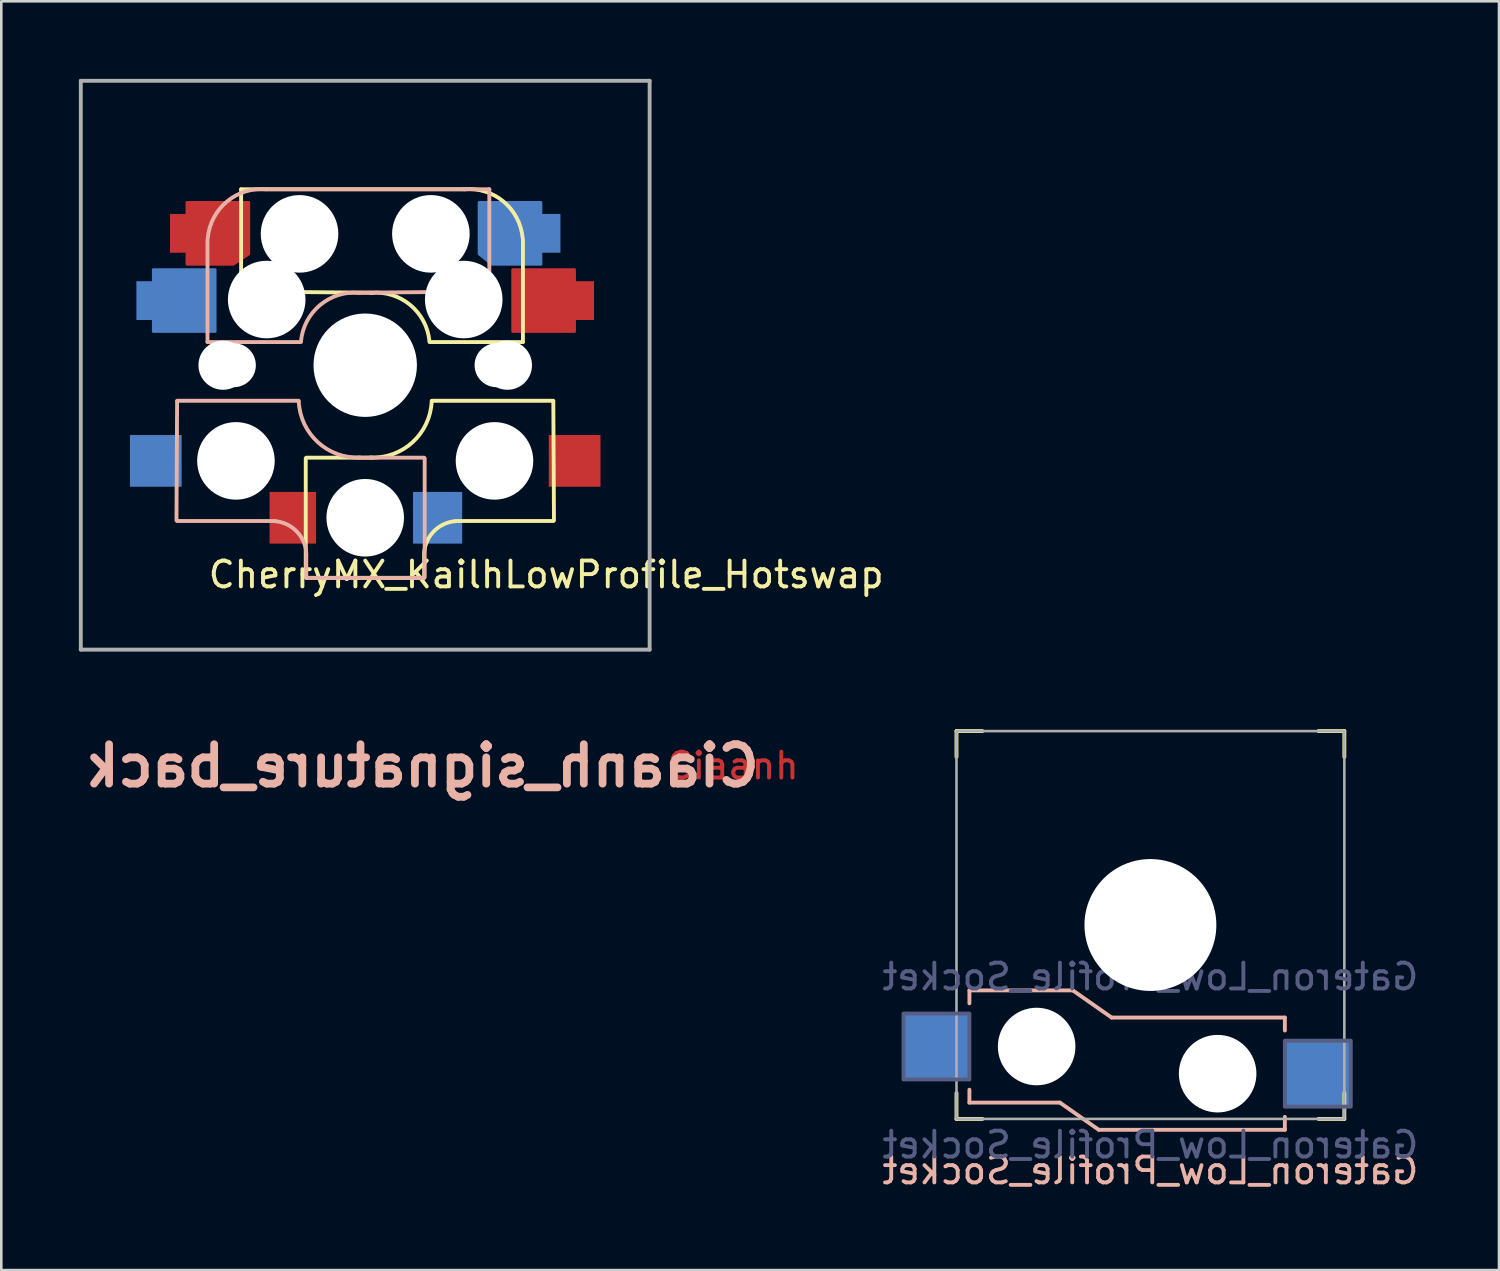
<source format=kicad_pcb>
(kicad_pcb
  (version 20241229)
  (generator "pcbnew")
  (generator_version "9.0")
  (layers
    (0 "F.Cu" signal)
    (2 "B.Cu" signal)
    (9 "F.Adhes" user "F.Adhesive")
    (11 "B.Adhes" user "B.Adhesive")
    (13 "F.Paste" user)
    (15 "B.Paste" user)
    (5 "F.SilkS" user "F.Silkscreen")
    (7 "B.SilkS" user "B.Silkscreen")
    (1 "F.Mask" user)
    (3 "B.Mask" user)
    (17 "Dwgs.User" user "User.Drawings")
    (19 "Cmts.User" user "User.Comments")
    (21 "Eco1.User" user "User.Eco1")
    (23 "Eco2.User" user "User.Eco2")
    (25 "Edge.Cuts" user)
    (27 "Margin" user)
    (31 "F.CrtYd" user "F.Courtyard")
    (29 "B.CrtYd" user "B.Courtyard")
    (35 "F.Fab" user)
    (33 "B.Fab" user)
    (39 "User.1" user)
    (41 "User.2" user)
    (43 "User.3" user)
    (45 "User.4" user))
  (footprint "Gateron_Low_Profile_Socket"
    (layer "F.Cu")
    (at 41.443 32.725)
    (property "Reference" "Gateron_Low_Profile_Socket" (at 0 9.5 0) (layer "B.SilkS") (effects (font (size 1 1) (thickness 0.15)) (justify mirror)))
    (property "Value" "Gateron_Low_Profile_Socket" (at 0 8.5 0) (layer "F.Fab") (hide yes) (effects (font (size 1 1) (thickness 0.15))))
    (attr smd)
    (fp_line (start -7.5 -6.5) (end -7.5 -7.5) (stroke (width 0.15) (type solid)) (layer "F.SilkS"))
    (fp_line (start -7.5 7.5) (end -7.5 6.5) (stroke (width 0.15) (type solid)) (layer "F.SilkS"))
    (fp_line (start -7.5 7.5) (end -6.5 7.5) (stroke (width 0.15) (type solid)) (layer "F.SilkS"))
    (fp_line (start -6.5 -7.5) (end -7.5 -7.5) (stroke (width 0.15) (type solid)) (layer "F.SilkS"))
    (fp_line (start 6.5 7.5) (end 7.5 7.5) (stroke (width 0.15) (type solid)) (layer "F.SilkS"))
    (fp_line (start 7.5 -7.5) (end 6.5 -7.5) (stroke (width 0.15) (type solid)) (layer "F.SilkS"))
    (fp_line (start 7.5 -7.5) (end 7.5 -6.5) (stroke (width 0.15) (type solid)) (layer "F.SilkS"))
    (fp_line (start 7.5 6.5) (end 7.5 7.5) (stroke (width 0.15) (type solid)) (layer "F.SilkS"))
    (fp_line (start -7 2.53) (end -7 3.03) (stroke (width 0.15) (type solid)) (layer "B.SilkS"))
    (fp_line (start -7 2.53) (end -3 2.53) (stroke (width 0.15) (type solid)) (layer "B.SilkS"))
    (fp_line (start -7 6.37) (end -7 6.87) (stroke (width 0.15) (type solid)) (layer "B.SilkS"))
    (fp_line (start -7 6.87) (end -3.5 6.87) (stroke (width 0.15) (type solid)) (layer "B.SilkS"))
    (fp_line (start -2 7.92) (end -3.5 6.87) (stroke (width 0.15) (type solid)) (layer "B.SilkS"))
    (fp_line (start -2 7.92) (end 5.2 7.92) (stroke (width 0.15) (type solid)) (layer "B.SilkS"))
    (fp_line (start -1.5 3.58) (end -3 2.53) (stroke (width 0.15) (type solid)) (layer "B.SilkS"))
    (fp_line (start -1.5 3.58) (end 5.2 3.58) (stroke (width 0.15) (type solid)) (layer "B.SilkS"))
    (fp_line (start 5.2 3.58) (end 5.2 4.08) (stroke (width 0.15) (type solid)) (layer "B.SilkS"))
    (fp_line (start 5.2 7.92) (end 5.2 7.42) (stroke (width 0.15) (type solid)) (layer "B.SilkS"))
    (fp_rect (start -7 -7) (end 7 7) (stroke (width 0.12) (type solid)) (fill no) (layer "Eco2.User"))
    (fp_rect (start -7 3.425) (end -9.55 5.975) (stroke (width 0.15) (type solid)) (fill no) (layer "B.Fab"))
    (fp_rect (start 7.75 4.475) (end 5.2 7.025) (stroke (width 0.15) (type solid)) (fill no) (layer "B.Fab"))
    (fp_rect (start -7.5 -7.5) (end 7.5 7.5) (stroke (width 0.1) (type solid)) (fill no) (layer "F.Fab"))
    (fp_text user "${VALUE}" (at 0 8.5 0) (layer "B.Fab") (effects (font (size 1 1) (thickness 0.15)) (justify mirror)))
    (fp_text user "${REFERENCE}" (at 0 2 0) (layer "B.Fab") (effects (font (size 1 1) (thickness 0.15)) (justify mirror)))
    (pad "" np_thru_hole circle (at -4.4 4.7) (size 3 3) (drill 3) (layers "*.Cu" "*.Mask"))
    (pad "" np_thru_hole circle (at 0 0) (size 5.1 5.1) (drill 5.1) (layers "*.Cu" "*.Mask"))
    (pad "" np_thru_hole circle (at 2.6 5.75) (size 3 3) (drill 3) (layers "*.Cu" "*.Mask"))
    (pad "1" smd rect (at -8.275 4.7) (size 2.55 2.55) (layers "B.Cu" "B.Mask" "B.Paste"))
    (pad "2" smd rect (at 6.475 5.75) (size 2.55 2.55) (layers "B.Cu" "B.Mask" "B.Paste")))
  (footprint "Ciaanh_signature_back"
    (layer "F.Cu")
    (at 25.288 26.568)
    (property "Reference" "Ciaanh_signature_back" (at -12 0 0) (layer "B.SilkS") (effects (font (size 1.524 1.524) (thickness 0.3)) (justify mirror)))
    (attr exclude_from_pos_files exclude_from_bom)
    (fp_text user "Ciaanh" (at 0 0 0) (unlocked yes) (layer "F.Cu") (effects (font (size 1 1) (thickness 0.15))))
    (fp_text user "Ciaanh" (at 0 0 0) (unlocked yes) (layer "F.Mask") (effects (font (size 1 1) (thickness 0.15)))))
  (footprint "CherryMX_KailhLowProfile_Hotswap"
    (layer "F.Cu")
    (at 11.075 11.075)
    (property "Reference" "CherryMX_KailhLowProfile_Hotswap" (at 7 8.1 0) (layer "F.SilkS") (effects (font (size 1 1) (thickness 0.15))))
    (attr through_hole)
    (fp_line (start -4.8 -6.804) (end 3.825 -6.804) (stroke (width 0.15) (type solid)) (layer "F.SilkS"))
    (fp_line (start -4.8 -2.896) (end -4.8 -6.804) (stroke (width 0.15) (type solid)) (layer "F.SilkS"))
    (fp_line (start -4.8 -2.85) (end 0.25 -2.804) (stroke (width 0.15) (type solid)) (layer "F.SilkS"))
    (fp_line (start -2.3 3.6) (end -2.3 8.2) (stroke (width 0.15) (type solid)) (layer "F.SilkS"))
    (fp_line (start -2.275 3.575) (end 0.275 3.575) (stroke (width 0.15) (type solid)) (layer "F.SilkS"))
    (fp_line (start -2.275 8.225) (end 2.275 8.225) (stroke (width 0.15) (type solid)) (layer "F.SilkS"))
    (fp_line (start 2.28 7.5) (end 2.28 8.2) (stroke (width 0.15) (type solid)) (layer "F.SilkS"))
    (fp_line (start 2.575 1.375) (end 7.275 1.375) (stroke (width 0.15) (type solid)) (layer "F.SilkS"))
    (fp_line (start 3.5 6.025) (end 7.275 6.025) (stroke (width 0.15) (type solid)) (layer "F.SilkS"))
    (fp_line (start 6.1 -4.85) (end 6.1 -0.905) (stroke (width 0.15) (type solid)) (layer "F.SilkS"))
    (fp_line (start 6.1 -0.896) (end 2.49 -0.896) (stroke (width 0.15) (type solid)) (layer "F.SilkS"))
    (fp_line (start 7.275 1.4) (end 7.3 6) (stroke (width 0.15) (type solid)) (layer "F.SilkS"))
    (fp_arc (start 0.225 -2.8) (mid 1.744361 -2.328062) (end 2.485001 -0.920001) (stroke (width 0.15) (type solid)) (layer "F.SilkS"))
    (fp_arc (start 2.279999 7.449999) (mid 2.595908 6.487329) (end 3.5 6.03) (stroke (width 0.15) (type solid)) (layer "F.SilkS"))
    (fp_arc (start 2.57 1.4) (mid 1.834422 2.975843) (end 0.2 3.57) (stroke (width 0.15) (type solid)) (layer "F.SilkS"))
    (fp_arc (start 3.825 -6.804) (mid 5.347189 -6.33089) (end 6.089 -4.92) (stroke (width 0.15) (type solid)) (layer "F.SilkS"))
    (fp_line (start -7.275 1.4) (end -7.3 6) (stroke (width 0.15) (type solid)) (layer "B.SilkS"))
    (fp_line (start -6.1 -4.85) (end -6.1 -0.905) (stroke (width 0.15) (type solid)) (layer "B.SilkS"))
    (fp_line (start -6.1 -0.896) (end -2.49 -0.896) (stroke (width 0.15) (type solid)) (layer "B.SilkS"))
    (fp_line (start -3.5 6.025) (end -7.275 6.025) (stroke (width 0.15) (type solid)) (layer "B.SilkS"))
    (fp_line (start -2.575 1.375) (end -7.275 1.375) (stroke (width 0.15) (type solid)) (layer "B.SilkS"))
    (fp_line (start -2.28 7.5) (end -2.28 8.2) (stroke (width 0.15) (type solid)) (layer "B.SilkS"))
    (fp_line (start 2.275 3.575) (end -0.275 3.575) (stroke (width 0.15) (type solid)) (layer "B.SilkS"))
    (fp_line (start 2.275 8.225) (end -2.275 8.225) (stroke (width 0.15) (type solid)) (layer "B.SilkS"))
    (fp_line (start 2.3 3.6) (end 2.3 8.2) (stroke (width 0.15) (type solid)) (layer "B.SilkS"))
    (fp_line (start 4.8 -6.804) (end -3.825 -6.804) (stroke (width 0.15) (type solid)) (layer "B.SilkS"))
    (fp_line (start 4.8 -2.896) (end 4.8 -6.804) (stroke (width 0.15) (type solid)) (layer "B.SilkS"))
    (fp_line (start 4.8 -2.85) (end -0.25 -2.804) (stroke (width 0.15) (type solid)) (layer "B.SilkS"))
    (fp_arc (start -6.089 -4.92) (mid -5.347189 -6.33089) (end -3.825 -6.804) (stroke (width 0.15) (type solid)) (layer "B.SilkS"))
    (fp_arc (start -3.5 6.03) (mid -2.595908 6.48733) (end -2.28 7.45) (stroke (width 0.15) (type solid)) (layer "B.SilkS"))
    (fp_arc (start -2.484999 -0.920001) (mid -1.74436 -2.328062) (end -0.225 -2.8) (stroke (width 0.15) (type solid)) (layer "B.SilkS"))
    (fp_arc (start -0.2 3.57) (mid -1.834422 2.975843) (end -2.57 1.4) (stroke (width 0.15) (type solid)) (layer "B.SilkS"))
    (fp_line (start -9 -9) (end 9 -9) (stroke (width 0.15) (type solid)) (layer "Eco1.User"))
    (fp_line (start -9 9) (end -9 -9) (stroke (width 0.15) (type solid)) (layer "Eco1.User"))
    (fp_line (start 9 -9) (end 9 9) (stroke (width 0.15) (type solid)) (layer "Eco1.User"))
    (fp_line (start 9 9) (end -9 9) (stroke (width 0.15) (type solid)) (layer "Eco1.User"))
    (fp_line (start -7 -7) (end 7 -7) (stroke (width 0.15) (type solid)) (layer "Eco2.User"))
    (fp_line (start -7 7) (end -7 -7) (stroke (width 0.15) (type solid)) (layer "Eco2.User"))
    (fp_line (start 7 -7) (end 7 7) (stroke (width 0.15) (type solid)) (layer "Eco2.User"))
    (fp_line (start 7 7) (end -7 7) (stroke (width 0.15) (type solid)) (layer "Eco2.User"))
    (fp_line (start -11 -11) (end -11 11) (stroke (width 0.15) (type solid)) (layer "F.Fab"))
    (fp_line (start -11 11) (end 11 11) (stroke (width 0.15) (type solid)) (layer "F.Fab"))
    (fp_line (start 11 -11) (end -11 -11) (stroke (width 0.15) (type solid)) (layer "F.Fab"))
    (fp_line (start 11 11) (end 11 -11) (stroke (width 0.15) (type solid)) (layer "F.Fab"))
    (pad "" np_thru_hole circle (at -5.5 0 90) (size 1.9 1.9) (drill 1.9) (layers "*.Cu" "*.Mask"))
    (pad "" np_thru_hole circle (at -5.08 0) (size 1.7 1.7) (drill 1.7) (layers "*.Cu" "*.Mask"))
    (pad "" np_thru_hole circle (at -5 3.7 90) (size 3 3) (drill 3) (layers "*.Cu" "*.Mask"))
    (pad "" np_thru_hole circle (at -3.81 -2.54 180) (size 3 3) (drill 3) (layers "*.Cu" "*.Mask"))
    (pad "" np_thru_hole circle (at -2.54 -5.08 180) (size 3 3) (drill 3) (layers "*.Cu" "*.Mask"))
    (pad "" np_thru_hole circle (at 0 0 90) (size 4 4) (drill 4) (layers "*.Cu" "*.Mask"))
    (pad "" np_thru_hole circle (at 0 5.9 90) (size 3 3) (drill 3) (layers "*.Cu" "*.Mask"))
    (pad "" np_thru_hole circle (at 2.54 -5.08 180) (size 3 3) (drill 3) (layers "*.Cu" "*.Mask"))
    (pad "" np_thru_hole circle (at 3.81 -2.54 180) (size 3 3) (drill 3) (layers "*.Cu" "*.Mask"))
    (pad "" np_thru_hole circle (at 5 3.7 270) (size 3 3) (drill 3) (layers "*.Cu" "*.Mask"))
    (pad "" np_thru_hole circle (at 5.08 0) (size 1.7 1.7) (drill 1.7) (layers "*.Cu" "*.Mask"))
    (pad "" np_thru_hole circle (at 5.5 0 90) (size 1.9 1.9) (drill 1.9) (layers "*.Cu" "*.Mask"))
    (pad "1" smd custom (at -8.5 -2.5) (size 0.7 1.5) (layers "B.Cu" "B.Mask" "B.Paste") (options (anchor rect)) (primitives (gr_poly (pts (xy 0.3 -1.2) (xy 2.7 -1.2) (xy 2.7 1.2) (xy 0.3 1.2)) (width 0.1) (fill yes))))
    (pad "1" smd rect (at -8.1 3.7 180) (size 2 2) (layers "B.Cu" "B.Mask" "B.Paste"))
    (pad "1" smd custom (at -7.2 -5.1) (size 0.7 1.5) (layers "F.Cu" "F.Mask" "F.Paste") (options (anchor rect)) (primitives (gr_poly (pts (xy 0.3 -1.2) (xy 0.3 1.2) (xy 2.1 1.2) (xy 2.7 0.8) (xy 2.7 -1.2)) (width 0.1) (fill yes))))
    (pad "1" smd rect (at 8.1 3.7 180) (size 2 2) (layers "F.Cu" "F.Mask" "F.Paste"))
    (pad "2" smd rect (at -2.8 5.9 180) (size 1.8 2) (layers "F.Cu" "F.Mask" "F.Paste"))
    (pad "2" smd rect (at 2.8 5.9 180) (size 1.9 2) (layers "B.Cu" "B.Mask" "B.Paste"))
    (pad "2" smd custom (at 7.2 -5.1) (size 0.7 1.5) (layers "B.Cu" "B.Mask" "B.Paste") (options (anchor rect)) (primitives (gr_poly (pts (xy -0.4 -1.2) (xy -2.8 -1.2) (xy -2.8 0.8) (xy -2.3 1.2) (xy -0.4 1.2)) (width 0.1) (fill yes))))
    (pad "2" smd custom (at 8.5 -2.5) (size 0.7 1.5) (layers "F.Cu" "F.Mask" "F.Paste") (options (anchor rect)) (primitives (gr_poly (pts (xy -2.8 -1.2) (xy -0.4 -1.2) (xy -0.4 1.2) (xy -2.8 1.2)) (width 0.1) (fill yes)))))
  (gr_rect
    (start -3 -3)
    (end 54.925 46.073)
    (stroke (width 0.1) (type default))
    (fill no)
    (layer "Edge.Cuts")))
</source>
